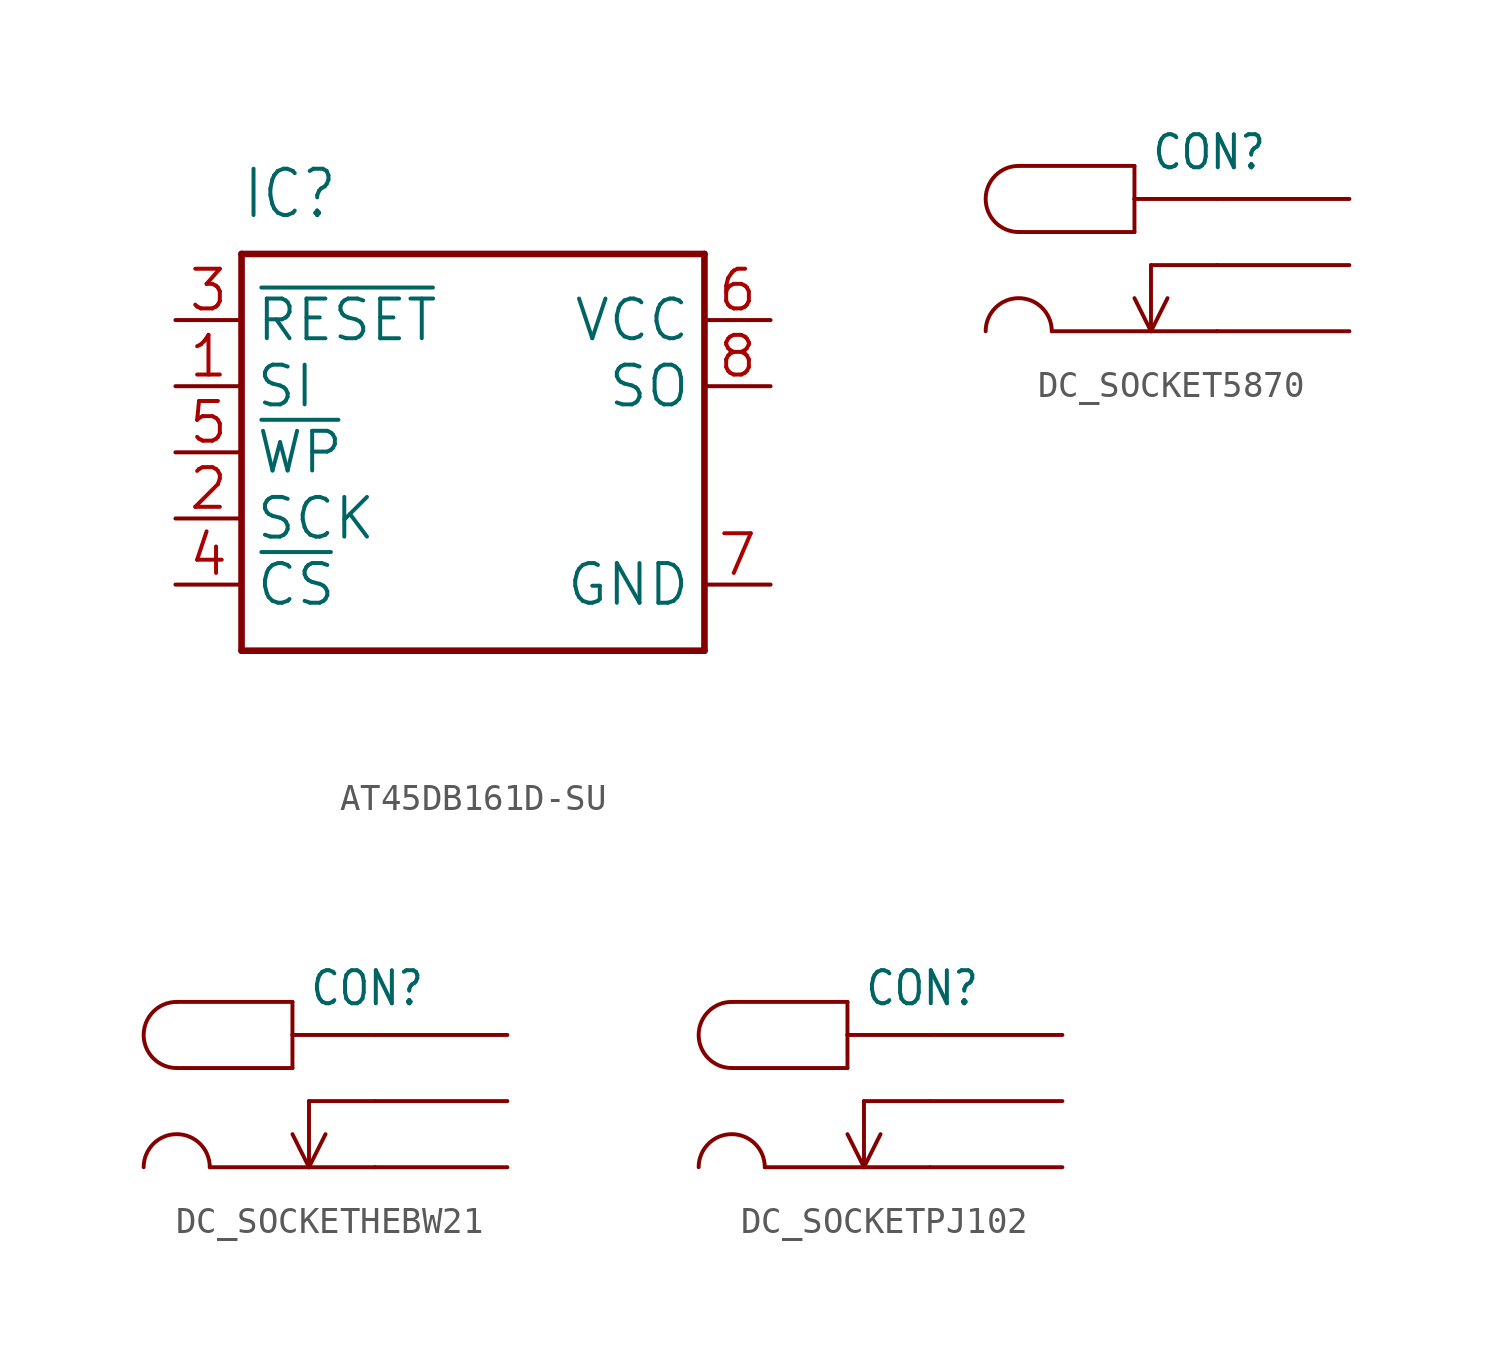
<source format=kicad_sym>
(kicad_symbol_lib
  (version 20241209)
  (generator "kicad_symbol_editor")
  (generator_version "9.0")
  (symbol "AT45DB161D-SU"
    (property "Reference" "IC"
      (at -7.62 8.89 0)
      (effects (font (size 1.778 1.511)) (justify left bottom)))
    (property "Value" ""
      (at -7.62 -10.16 0)
      (effects (font (size 1.778 1.511)) (justify left bottom)))
    (property "ki_locked" ""
      (at 0 0 0)
      (effects (font (size 1.27 1.27))))
    (symbol "AT45DB161D-SU_1_0"
      (polyline (pts (xy -7.62 7.62) (xy 10.16 7.62)) (stroke (width 0.254) (type solid)) (fill (type none)))
      (polyline (pts (xy -7.62 -7.62) (xy -7.62 7.62)) (stroke (width 0.254) (type solid)) (fill (type none)))
      (polyline (pts (xy 10.16 7.62) (xy 10.16 -7.62)) (stroke (width 0.254) (type solid)) (fill (type none)))
      (polyline (pts (xy 10.16 -7.62) (xy -7.62 -7.62)) (stroke (width 0.254) (type solid)) (fill (type none)))
      (pin input line (at -10.16 5.08 0) (length 2.54) (name "~{RESET}" (effects (font (size 1.524 1.524)))) (number "3" (effects (font (size 1.524 1.524)))))
      (pin input line (at -10.16 2.54 0) (length 2.54) (name "SI" (effects (font (size 1.524 1.524)))) (number "1" (effects (font (size 1.524 1.524)))))
      (pin input line (at -10.16 0 0) (length 2.54) (name "~{WP}" (effects (font (size 1.524 1.524)))) (number "5" (effects (font (size 1.524 1.524)))))
      (pin input line (at -10.16 -2.54 0) (length 2.54) (name "SCK" (effects (font (size 1.524 1.524)))) (number "2" (effects (font (size 1.524 1.524)))))
      (pin input line (at -10.16 -5.08 0) (length 2.54) (name "~{CS}" (effects (font (size 1.524 1.524)))) (number "4" (effects (font (size 1.524 1.524)))))
      (pin power_in line (at 12.7 5.08 180) (length 2.54) (name "VCC" (effects (font (size 1.524 1.524)))) (number "6" (effects (font (size 1.524 1.524)))))
      (pin output line (at 12.7 2.54 180) (length 2.54) (name "SO" (effects (font (size 1.524 1.524)))) (number "8" (effects (font (size 1.524 1.524)))))
      (pin power_in line (at 12.7 -5.08 180) (length 2.54) (name "GND" (effects (font (size 1.524 1.524)))) (number "7" (effects (font (size 1.524 1.524)))))))
  (symbol "DC_SOCKET5870"
    (property "Reference" "CON"
      (at 0 5.08 0)
      (effects (font (size 1.27 1.079)) (justify left top)))
    (property "ki_locked" ""
      (at 0 0 0)
      (effects (font (size 1.27 1.27))))
    (symbol "DC_SOCKET5870_1_0"
      (arc (start -5.08 1.27) (mid -6.35 2.54) (end -5.08 3.81) (stroke (width 0.15) (type solid)) (fill (type none)))
      (polyline (pts (xy -5.08 1.27) (xy -0.635 1.27)) (stroke (width 0.15) (type solid)) (fill (type none)))
      (arc (start -6.35 -2.54) (mid -5.08 -1.27) (end -3.81 -2.54) (stroke (width 0.15) (type solid)) (fill (type none)))
      (polyline (pts (xy -0.635 3.81) (xy -5.08 3.81)) (stroke (width 0.15) (type solid)) (fill (type none)))
      (polyline (pts (xy -0.635 2.54) (xy -0.635 3.81)) (stroke (width 0.15) (type solid)) (fill (type none)))
      (polyline (pts (xy -0.635 1.27) (xy -0.635 2.54)) (stroke (width 0.15) (type solid)) (fill (type none)))
      (polyline (pts (xy 0 0) (xy 2.54 0)) (stroke (width 0.15) (type solid)) (fill (type none)))
      (polyline (pts (xy 0 -2.54) (xy -3.81 -2.54)) (stroke (width 0.15) (type solid)) (fill (type none)))
      (polyline (pts (xy 0 -2.54) (xy -0.635 -1.27)) (stroke (width 0.15) (type solid)) (fill (type none)))
      (polyline (pts (xy 0 -2.54) (xy 0 0)) (stroke (width 0.15) (type solid)) (fill (type none)))
      (polyline (pts (xy 0 -2.54) (xy 0.635 -1.27)) (stroke (width 0.15) (type solid)) (fill (type none)))
      (polyline (pts (xy 2.54 2.54) (xy -0.635 2.54)) (stroke (width 0.15) (type solid)) (fill (type none)))
      (polyline (pts (xy 2.54 -2.54) (xy 0 -2.54)) (stroke (width 0.15) (type solid)) (fill (type none)))
      (pin bidirectional line (at 7.62 2.54 180) (length 5.08) (name "1" (effects (font (size 0 0)))) (number "1" (effects (font (size 0 0)))))
      (pin bidirectional line (at 7.62 0 180) (length 5.08) (name "2" (effects (font (size 0 0)))) (number "2" (effects (font (size 0 0)))))
      (pin bidirectional line (at 7.62 -2.54 180) (length 5.08) (name "3" (effects (font (size 0 0)))) (number "3" (effects (font (size 0 0)))))))
  (symbol "DC_SOCKETHEBW21"
    (property "Reference" "CON"
      (at 0 5.08 0)
      (effects (font (size 1.27 1.079)) (justify left top)))
    (property "ki_locked" ""
      (at 0 0 0)
      (effects (font (size 1.27 1.27))))
    (symbol "DC_SOCKETHEBW21_1_0"
      (arc (start -5.08 1.27) (mid -6.35 2.54) (end -5.08 3.81) (stroke (width 0.15) (type solid)) (fill (type none)))
      (polyline (pts (xy -5.08 1.27) (xy -0.635 1.27)) (stroke (width 0.15) (type solid)) (fill (type none)))
      (arc (start -6.35 -2.54) (mid -5.08 -1.27) (end -3.81 -2.54) (stroke (width 0.15) (type solid)) (fill (type none)))
      (polyline (pts (xy -0.635 3.81) (xy -5.08 3.81)) (stroke (width 0.15) (type solid)) (fill (type none)))
      (polyline (pts (xy -0.635 2.54) (xy -0.635 3.81)) (stroke (width 0.15) (type solid)) (fill (type none)))
      (polyline (pts (xy -0.635 1.27) (xy -0.635 2.54)) (stroke (width 0.15) (type solid)) (fill (type none)))
      (polyline (pts (xy 0 0) (xy 2.54 0)) (stroke (width 0.15) (type solid)) (fill (type none)))
      (polyline (pts (xy 0 -2.54) (xy -3.81 -2.54)) (stroke (width 0.15) (type solid)) (fill (type none)))
      (polyline (pts (xy 0 -2.54) (xy -0.635 -1.27)) (stroke (width 0.15) (type solid)) (fill (type none)))
      (polyline (pts (xy 0 -2.54) (xy 0 0)) (stroke (width 0.15) (type solid)) (fill (type none)))
      (polyline (pts (xy 0 -2.54) (xy 0.635 -1.27)) (stroke (width 0.15) (type solid)) (fill (type none)))
      (polyline (pts (xy 2.54 2.54) (xy -0.635 2.54)) (stroke (width 0.15) (type solid)) (fill (type none)))
      (polyline (pts (xy 2.54 -2.54) (xy 0 -2.54)) (stroke (width 0.15) (type solid)) (fill (type none)))
      (pin bidirectional line (at 7.62 2.54 180) (length 5.08) (name "1" (effects (font (size 0 0)))) (number "1" (effects (font (size 0 0)))))
      (pin bidirectional line (at 7.62 0 180) (length 5.08) (name "2" (effects (font (size 0 0)))) (number "2" (effects (font (size 0 0)))))
      (pin bidirectional line (at 7.62 -2.54 180) (length 5.08) (name "3" (effects (font (size 0 0)))) (number "3" (effects (font (size 0 0)))))))
  (symbol "DC_SOCKETPJ102"
    (property "Reference" "CON"
      (at 0 5.08 0)
      (effects (font (size 1.27 1.079)) (justify left top)))
    (property "ki_locked" ""
      (at 0 0 0)
      (effects (font (size 1.27 1.27))))
    (symbol "DC_SOCKETPJ102_1_0"
      (arc (start -5.08 1.27) (mid -6.35 2.54) (end -5.08 3.81) (stroke (width 0.15) (type solid)) (fill (type none)))
      (polyline (pts (xy -5.08 1.27) (xy -0.635 1.27)) (stroke (width 0.15) (type solid)) (fill (type none)))
      (arc (start -6.35 -2.54) (mid -5.08 -1.27) (end -3.81 -2.54) (stroke (width 0.15) (type solid)) (fill (type none)))
      (polyline (pts (xy -0.635 3.81) (xy -5.08 3.81)) (stroke (width 0.15) (type solid)) (fill (type none)))
      (polyline (pts (xy -0.635 2.54) (xy -0.635 3.81)) (stroke (width 0.15) (type solid)) (fill (type none)))
      (polyline (pts (xy -0.635 1.27) (xy -0.635 2.54)) (stroke (width 0.15) (type solid)) (fill (type none)))
      (polyline (pts (xy 0 0) (xy 2.54 0)) (stroke (width 0.15) (type solid)) (fill (type none)))
      (polyline (pts (xy 0 -2.54) (xy -3.81 -2.54)) (stroke (width 0.15) (type solid)) (fill (type none)))
      (polyline (pts (xy 0 -2.54) (xy -0.635 -1.27)) (stroke (width 0.15) (type solid)) (fill (type none)))
      (polyline (pts (xy 0 -2.54) (xy 0 0)) (stroke (width 0.15) (type solid)) (fill (type none)))
      (polyline (pts (xy 0 -2.54) (xy 0.635 -1.27)) (stroke (width 0.15) (type solid)) (fill (type none)))
      (polyline (pts (xy 2.54 2.54) (xy -0.635 2.54)) (stroke (width 0.15) (type solid)) (fill (type none)))
      (polyline (pts (xy 2.54 -2.54) (xy 0 -2.54)) (stroke (width 0.15) (type solid)) (fill (type none)))
      (pin bidirectional line (at 7.62 2.54 180) (length 5.08) (name "1" (effects (font (size 0 0)))) (number "1" (effects (font (size 0 0)))))
      (pin bidirectional line (at 7.62 0 180) (length 5.08) (name "2" (effects (font (size 0 0)))) (number "2" (effects (font (size 0 0)))))
      (pin bidirectional line (at 7.62 -2.54 180) (length 5.08) (name "3" (effects (font (size 0 0)))) (number "3" (effects (font (size 0 0))))))))
</source>
